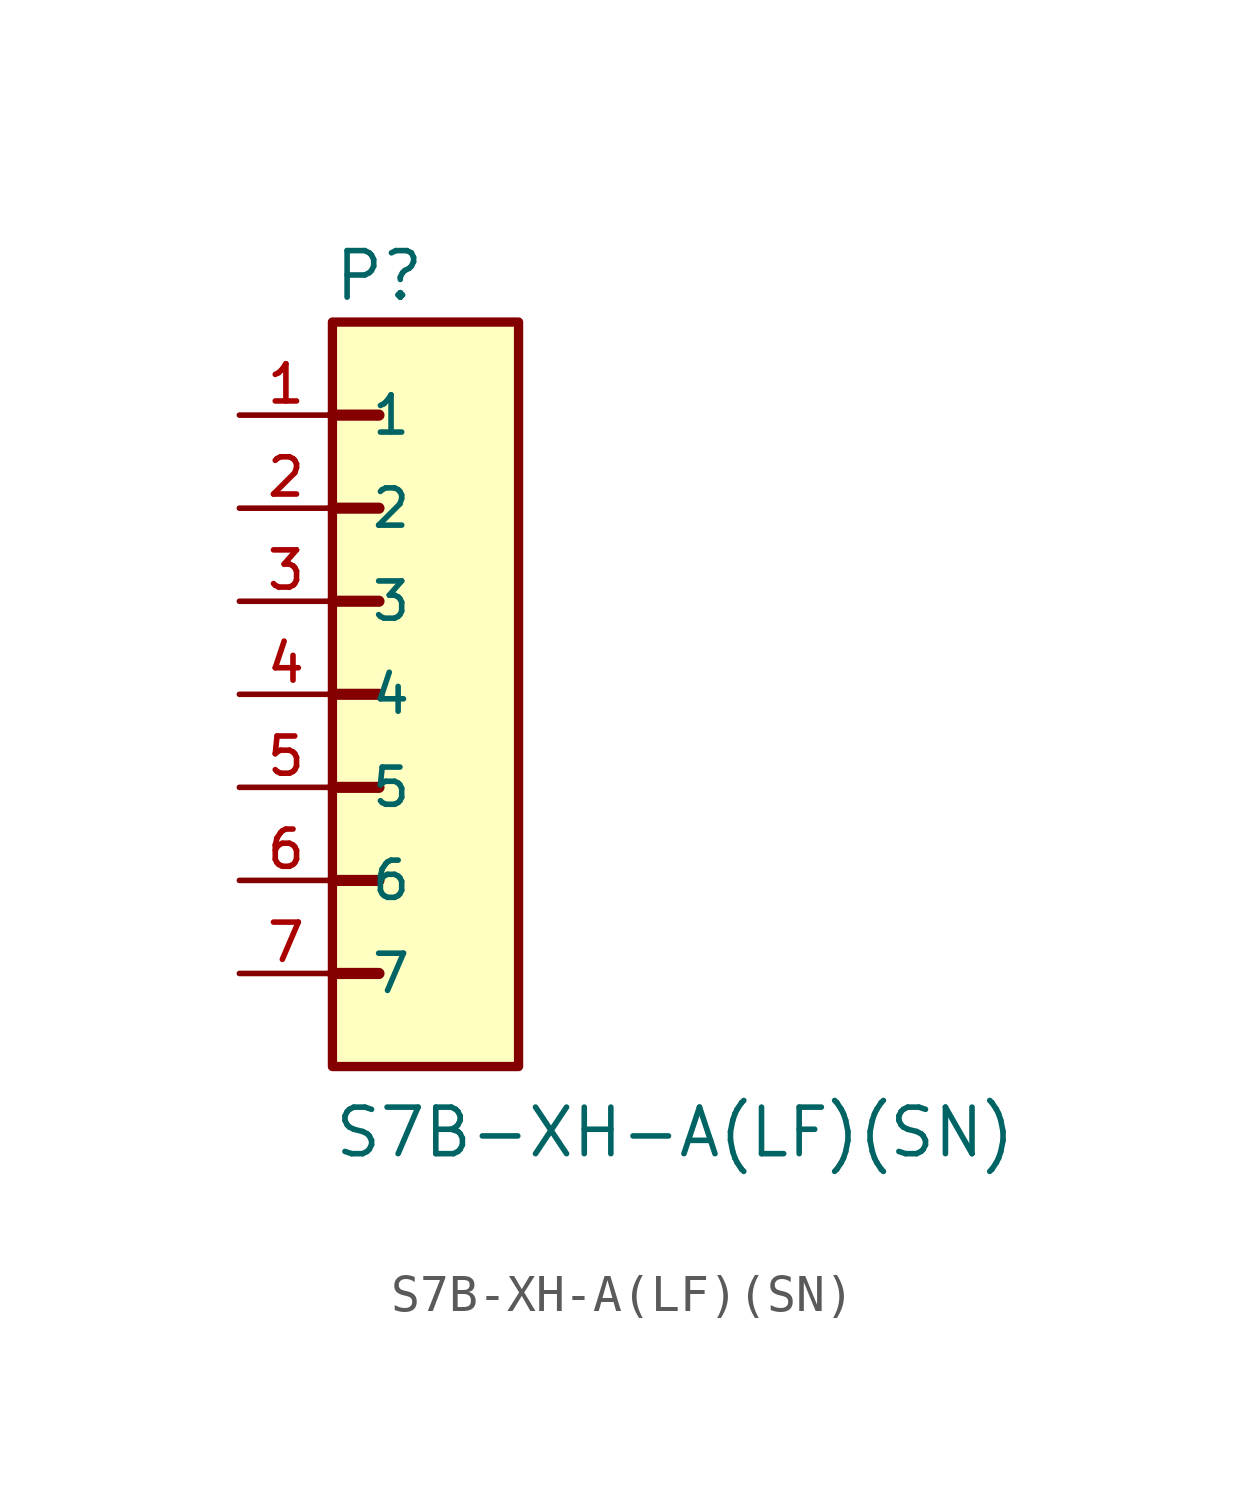
<source format=kicad_sym>
(kicad_symbol_lib
  (version 20211014)
  (generator kicad_symbol_editor)
  (symbol "S7B-XH-A(LF)(SN)"
    (pin_names
      (offset 1.016))
    (property "Reference" "P"
      (at -2.542 10.677 0)
      (effects (font (size 1.27 1.27)) (justify bottom left)))
    (property "Value" "S7B-XH-A(LF)(SN)"
      (at -2.54 -12.701 0)
      (effects (font (size 1.27 1.27)) (justify bottom left)))
    (symbol "S7B-XH-A(LF)(SN)_0_0"
      (polyline (pts (xy -2.54 7.62) (xy -1.27 7.62)) (stroke (width 0.305)))
      (polyline (pts (xy -2.54 5.08) (xy -1.27 5.08)) (stroke (width 0.305)))
      (polyline (pts (xy -2.54 2.54) (xy -1.27 2.54)) (stroke (width 0.305)))
      (polyline (pts (xy -2.54 0.0) (xy -1.27 0.0)) (stroke (width 0.305)))
      (polyline (pts (xy -2.54 -2.54) (xy -1.27 -2.54)) (stroke (width 0.305)))
      (polyline (pts (xy -2.54 -5.08) (xy -1.27 -5.08)) (stroke (width 0.305)))
      (polyline (pts (xy -2.54 -7.62) (xy -1.27 -7.62)) (stroke (width 0.305)))
      (rectangle (start -2.54 -10.16) (end 2.54 10.16) (stroke (width 0.254)) (fill (type background)))
      (pin passive line (at -5.08 7.62 0) (length 2.54) (name "1" (effects (font (size 1.016 1.016)))) (number "1" (effects (font (size 1.016 1.016)))))
      (pin passive line (at -5.08 5.08 0) (length 2.54) (name "2" (effects (font (size 1.016 1.016)))) (number "2" (effects (font (size 1.016 1.016)))))
      (pin passive line (at -5.08 2.54 0) (length 2.54) (name "3" (effects (font (size 1.016 1.016)))) (number "3" (effects (font (size 1.016 1.016)))))
      (pin passive line (at -5.08 0.0 0) (length 2.54) (name "4" (effects (font (size 1.016 1.016)))) (number "4" (effects (font (size 1.016 1.016)))))
      (pin passive line (at -5.08 -2.54 0) (length 2.54) (name "5" (effects (font (size 1.016 1.016)))) (number "5" (effects (font (size 1.016 1.016)))))
      (pin passive line (at -5.08 -5.08 0) (length 2.54) (name "6" (effects (font (size 1.016 1.016)))) (number "6" (effects (font (size 1.016 1.016)))))
      (pin passive line (at -5.08 -7.62 0) (length 2.54) (name "7" (effects (font (size 1.016 1.016)))) (number "7" (effects (font (size 1.016 1.016))))))))
</source>
